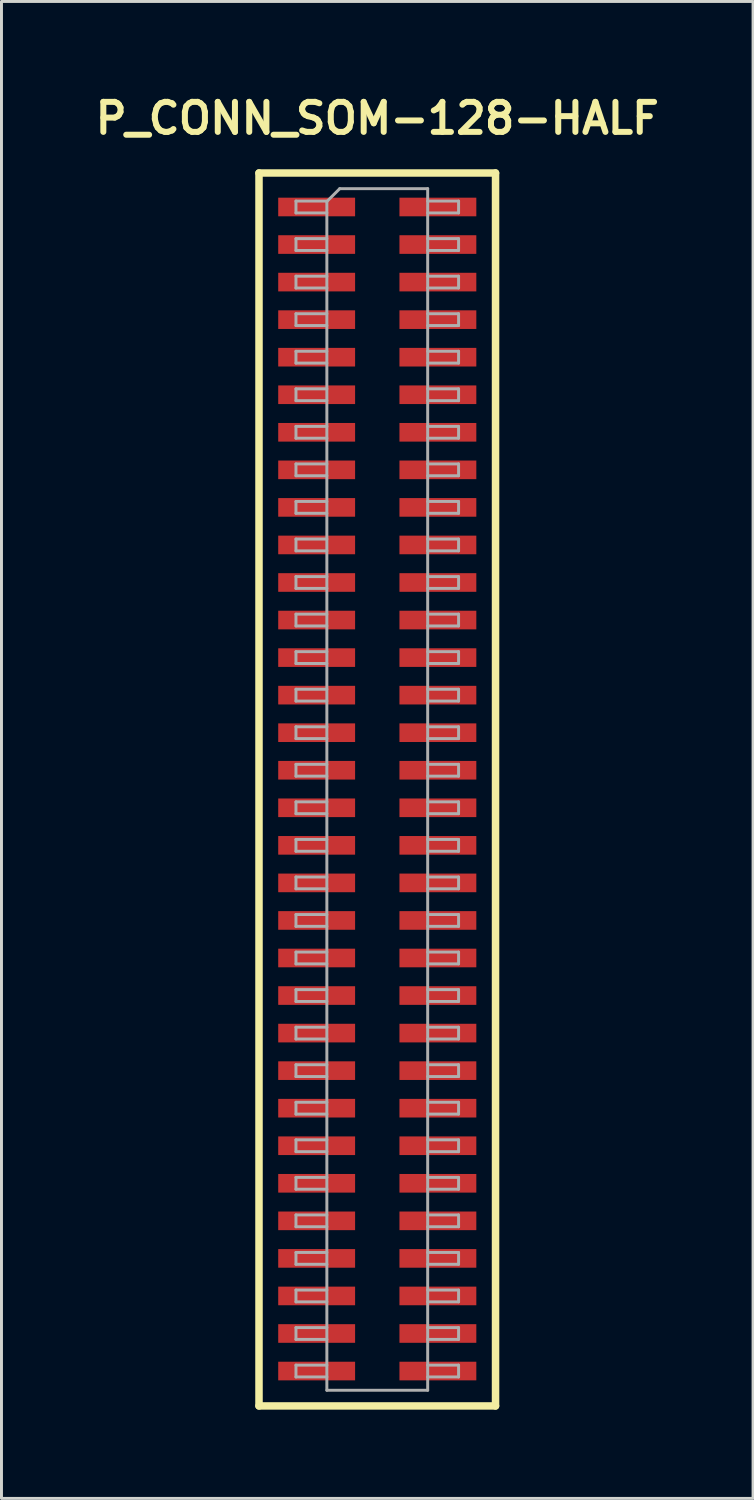
<source format=kicad_pcb>
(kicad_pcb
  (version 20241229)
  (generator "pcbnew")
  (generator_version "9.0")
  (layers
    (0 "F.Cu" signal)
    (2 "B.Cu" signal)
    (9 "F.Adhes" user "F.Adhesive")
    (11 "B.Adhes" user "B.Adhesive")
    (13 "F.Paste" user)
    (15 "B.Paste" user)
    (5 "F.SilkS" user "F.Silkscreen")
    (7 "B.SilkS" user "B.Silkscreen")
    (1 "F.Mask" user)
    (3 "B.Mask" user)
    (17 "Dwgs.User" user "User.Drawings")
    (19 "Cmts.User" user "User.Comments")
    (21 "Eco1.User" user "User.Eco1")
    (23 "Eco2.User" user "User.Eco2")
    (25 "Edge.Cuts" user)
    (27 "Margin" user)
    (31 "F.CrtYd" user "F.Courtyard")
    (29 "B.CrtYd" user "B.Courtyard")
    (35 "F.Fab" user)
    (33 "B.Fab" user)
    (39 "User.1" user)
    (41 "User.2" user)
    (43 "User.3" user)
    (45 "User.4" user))
  (footprint "P_CONN_SOM-128-HALF"
    (layer "F.Cu")
    (at 9.71 23.636)
    (property "Reference" "P_CONN_SOM-128-HALF" (at 0 -22.685 0) (layer "F.SilkS") (effects (font (size 1.016 1.016) (thickness 0.203))))
    (property "Value" "${VALUE}" (at 0 22.315 0) (layer "F.SilkS") (hide yes) (effects (font (size 1.016 0.914) (thickness 0.203) (italic yes))))
    (attr smd)
    (fp_line (start -4 -20.835) (end -4 20.865) (stroke (width 0.254) (type solid)) (layer "F.SilkS"))
    (fp_line (start -4 -20.835) (end 4 -20.835) (stroke (width 0.254) (type solid)) (layer "F.SilkS"))
    (fp_line (start -4 20.865) (end 4 20.865) (stroke (width 0.254) (type solid)) (layer "F.SilkS"))
    (fp_line (start 4 -20.835) (end 4 20.865) (stroke (width 0.254) (type solid)) (layer "F.SilkS"))
    (fp_line (start -2.75 -19.885) (end -2.75 -19.485) (stroke (width 0.1) (type solid)) (layer "F.Fab"))
    (fp_line (start -2.75 -19.485) (end -1.705 -19.485) (stroke (width 0.1) (type solid)) (layer "F.Fab"))
    (fp_line (start -2.75 -18.615) (end -2.75 -18.215) (stroke (width 0.1) (type solid)) (layer "F.Fab"))
    (fp_line (start -2.75 -18.215) (end -1.705 -18.215) (stroke (width 0.1) (type solid)) (layer "F.Fab"))
    (fp_line (start -2.75 -17.345) (end -2.75 -16.945) (stroke (width 0.1) (type solid)) (layer "F.Fab"))
    (fp_line (start -2.75 -16.945) (end -1.705 -16.945) (stroke (width 0.1) (type solid)) (layer "F.Fab"))
    (fp_line (start -2.75 -16.075) (end -2.75 -15.675) (stroke (width 0.1) (type solid)) (layer "F.Fab"))
    (fp_line (start -2.75 -15.675) (end -1.705 -15.675) (stroke (width 0.1) (type solid)) (layer "F.Fab"))
    (fp_line (start -2.75 -14.805) (end -2.75 -14.405) (stroke (width 0.1) (type solid)) (layer "F.Fab"))
    (fp_line (start -2.75 -14.405) (end -1.705 -14.405) (stroke (width 0.1) (type solid)) (layer "F.Fab"))
    (fp_line (start -2.75 -13.535) (end -2.75 -13.135) (stroke (width 0.1) (type solid)) (layer "F.Fab"))
    (fp_line (start -2.75 -13.135) (end -1.705 -13.135) (stroke (width 0.1) (type solid)) (layer "F.Fab"))
    (fp_line (start -2.75 -12.265) (end -2.75 -11.865) (stroke (width 0.1) (type solid)) (layer "F.Fab"))
    (fp_line (start -2.75 -11.865) (end -1.705 -11.865) (stroke (width 0.1) (type solid)) (layer "F.Fab"))
    (fp_line (start -2.75 -10.995) (end -2.75 -10.595) (stroke (width 0.1) (type solid)) (layer "F.Fab"))
    (fp_line (start -2.75 -10.595) (end -1.705 -10.595) (stroke (width 0.1) (type solid)) (layer "F.Fab"))
    (fp_line (start -2.75 -9.725) (end -2.75 -9.325) (stroke (width 0.1) (type solid)) (layer "F.Fab"))
    (fp_line (start -2.75 -9.325) (end -1.705 -9.325) (stroke (width 0.1) (type solid)) (layer "F.Fab"))
    (fp_line (start -2.75 -8.455) (end -2.75 -8.055) (stroke (width 0.1) (type solid)) (layer "F.Fab"))
    (fp_line (start -2.75 -8.055) (end -1.705 -8.055) (stroke (width 0.1) (type solid)) (layer "F.Fab"))
    (fp_line (start -2.75 -7.185) (end -2.75 -6.785) (stroke (width 0.1) (type solid)) (layer "F.Fab"))
    (fp_line (start -2.75 -6.785) (end -1.705 -6.785) (stroke (width 0.1) (type solid)) (layer "F.Fab"))
    (fp_line (start -2.75 -5.915) (end -2.75 -5.515) (stroke (width 0.1) (type solid)) (layer "F.Fab"))
    (fp_line (start -2.75 -5.515) (end -1.705 -5.515) (stroke (width 0.1) (type solid)) (layer "F.Fab"))
    (fp_line (start -2.75 -4.645) (end -2.75 -4.245) (stroke (width 0.1) (type solid)) (layer "F.Fab"))
    (fp_line (start -2.75 -4.245) (end -1.705 -4.245) (stroke (width 0.1) (type solid)) (layer "F.Fab"))
    (fp_line (start -2.75 -3.375) (end -2.75 -2.975) (stroke (width 0.1) (type solid)) (layer "F.Fab"))
    (fp_line (start -2.75 -2.975) (end -1.705 -2.975) (stroke (width 0.1) (type solid)) (layer "F.Fab"))
    (fp_line (start -2.75 -2.105) (end -2.75 -1.705) (stroke (width 0.1) (type solid)) (layer "F.Fab"))
    (fp_line (start -2.75 -1.705) (end -1.705 -1.705) (stroke (width 0.1) (type solid)) (layer "F.Fab"))
    (fp_line (start -2.75 -0.835) (end -2.75 -0.435) (stroke (width 0.1) (type solid)) (layer "F.Fab"))
    (fp_line (start -2.75 -0.435) (end -1.705 -0.435) (stroke (width 0.1) (type solid)) (layer "F.Fab"))
    (fp_line (start -2.75 0.435) (end -2.75 0.835) (stroke (width 0.1) (type solid)) (layer "F.Fab"))
    (fp_line (start -2.75 0.835) (end -1.705 0.835) (stroke (width 0.1) (type solid)) (layer "F.Fab"))
    (fp_line (start -2.75 1.705) (end -2.75 2.105) (stroke (width 0.1) (type solid)) (layer "F.Fab"))
    (fp_line (start -2.75 2.105) (end -1.705 2.105) (stroke (width 0.1) (type solid)) (layer "F.Fab"))
    (fp_line (start -2.75 2.975) (end -2.75 3.375) (stroke (width 0.1) (type solid)) (layer "F.Fab"))
    (fp_line (start -2.75 3.375) (end -1.705 3.375) (stroke (width 0.1) (type solid)) (layer "F.Fab"))
    (fp_line (start -2.75 4.245) (end -2.75 4.645) (stroke (width 0.1) (type solid)) (layer "F.Fab"))
    (fp_line (start -2.75 4.645) (end -1.705 4.645) (stroke (width 0.1) (type solid)) (layer "F.Fab"))
    (fp_line (start -2.75 5.515) (end -2.75 5.915) (stroke (width 0.1) (type solid)) (layer "F.Fab"))
    (fp_line (start -2.75 5.915) (end -1.705 5.915) (stroke (width 0.1) (type solid)) (layer "F.Fab"))
    (fp_line (start -2.75 6.785) (end -2.75 7.185) (stroke (width 0.1) (type solid)) (layer "F.Fab"))
    (fp_line (start -2.75 7.185) (end -1.705 7.185) (stroke (width 0.1) (type solid)) (layer "F.Fab"))
    (fp_line (start -2.75 8.055) (end -2.75 8.455) (stroke (width 0.1) (type solid)) (layer "F.Fab"))
    (fp_line (start -2.75 8.455) (end -1.705 8.455) (stroke (width 0.1) (type solid)) (layer "F.Fab"))
    (fp_line (start -2.75 9.325) (end -2.75 9.725) (stroke (width 0.1) (type solid)) (layer "F.Fab"))
    (fp_line (start -2.75 9.725) (end -1.705 9.725) (stroke (width 0.1) (type solid)) (layer "F.Fab"))
    (fp_line (start -2.75 10.595) (end -2.75 10.995) (stroke (width 0.1) (type solid)) (layer "F.Fab"))
    (fp_line (start -2.75 10.995) (end -1.705 10.995) (stroke (width 0.1) (type solid)) (layer "F.Fab"))
    (fp_line (start -2.75 11.865) (end -2.75 12.265) (stroke (width 0.1) (type solid)) (layer "F.Fab"))
    (fp_line (start -2.75 12.265) (end -1.705 12.265) (stroke (width 0.1) (type solid)) (layer "F.Fab"))
    (fp_line (start -2.75 13.135) (end -2.75 13.535) (stroke (width 0.1) (type solid)) (layer "F.Fab"))
    (fp_line (start -2.75 13.535) (end -1.705 13.535) (stroke (width 0.1) (type solid)) (layer "F.Fab"))
    (fp_line (start -2.75 14.405) (end -2.75 14.805) (stroke (width 0.1) (type solid)) (layer "F.Fab"))
    (fp_line (start -2.75 14.805) (end -1.705 14.805) (stroke (width 0.1) (type solid)) (layer "F.Fab"))
    (fp_line (start -2.75 15.675) (end -2.75 16.075) (stroke (width 0.1) (type solid)) (layer "F.Fab"))
    (fp_line (start -2.75 16.075) (end -1.705 16.075) (stroke (width 0.1) (type solid)) (layer "F.Fab"))
    (fp_line (start -2.75 16.945) (end -2.75 17.345) (stroke (width 0.1) (type solid)) (layer "F.Fab"))
    (fp_line (start -2.75 17.345) (end -1.705 17.345) (stroke (width 0.1) (type solid)) (layer "F.Fab"))
    (fp_line (start -2.75 18.215) (end -2.75 18.615) (stroke (width 0.1) (type solid)) (layer "F.Fab"))
    (fp_line (start -2.75 18.615) (end -1.705 18.615) (stroke (width 0.1) (type solid)) (layer "F.Fab"))
    (fp_line (start -2.75 19.485) (end -2.75 19.885) (stroke (width 0.1) (type solid)) (layer "F.Fab"))
    (fp_line (start -2.75 19.885) (end -1.705 19.885) (stroke (width 0.1) (type solid)) (layer "F.Fab"))
    (fp_line (start -1.705 -19.885) (end -2.75 -19.885) (stroke (width 0.1) (type solid)) (layer "F.Fab"))
    (fp_line (start -1.705 -19.87) (end -1.27 -20.305) (stroke (width 0.1) (type solid)) (layer "F.Fab"))
    (fp_line (start -1.705 -18.615) (end -2.75 -18.615) (stroke (width 0.1) (type solid)) (layer "F.Fab"))
    (fp_line (start -1.705 -17.345) (end -2.75 -17.345) (stroke (width 0.1) (type solid)) (layer "F.Fab"))
    (fp_line (start -1.705 -16.075) (end -2.75 -16.075) (stroke (width 0.1) (type solid)) (layer "F.Fab"))
    (fp_line (start -1.705 -14.805) (end -2.75 -14.805) (stroke (width 0.1) (type solid)) (layer "F.Fab"))
    (fp_line (start -1.705 -13.535) (end -2.75 -13.535) (stroke (width 0.1) (type solid)) (layer "F.Fab"))
    (fp_line (start -1.705 -12.265) (end -2.75 -12.265) (stroke (width 0.1) (type solid)) (layer "F.Fab"))
    (fp_line (start -1.705 -10.995) (end -2.75 -10.995) (stroke (width 0.1) (type solid)) (layer "F.Fab"))
    (fp_line (start -1.705 -9.725) (end -2.75 -9.725) (stroke (width 0.1) (type solid)) (layer "F.Fab"))
    (fp_line (start -1.705 -8.455) (end -2.75 -8.455) (stroke (width 0.1) (type solid)) (layer "F.Fab"))
    (fp_line (start -1.705 -7.185) (end -2.75 -7.185) (stroke (width 0.1) (type solid)) (layer "F.Fab"))
    (fp_line (start -1.705 -5.915) (end -2.75 -5.915) (stroke (width 0.1) (type solid)) (layer "F.Fab"))
    (fp_line (start -1.705 -4.645) (end -2.75 -4.645) (stroke (width 0.1) (type solid)) (layer "F.Fab"))
    (fp_line (start -1.705 -3.375) (end -2.75 -3.375) (stroke (width 0.1) (type solid)) (layer "F.Fab"))
    (fp_line (start -1.705 -2.105) (end -2.75 -2.105) (stroke (width 0.1) (type solid)) (layer "F.Fab"))
    (fp_line (start -1.705 -0.835) (end -2.75 -0.835) (stroke (width 0.1) (type solid)) (layer "F.Fab"))
    (fp_line (start -1.705 0.435) (end -2.75 0.435) (stroke (width 0.1) (type solid)) (layer "F.Fab"))
    (fp_line (start -1.705 1.705) (end -2.75 1.705) (stroke (width 0.1) (type solid)) (layer "F.Fab"))
    (fp_line (start -1.705 2.975) (end -2.75 2.975) (stroke (width 0.1) (type solid)) (layer "F.Fab"))
    (fp_line (start -1.705 4.245) (end -2.75 4.245) (stroke (width 0.1) (type solid)) (layer "F.Fab"))
    (fp_line (start -1.705 5.515) (end -2.75 5.515) (stroke (width 0.1) (type solid)) (layer "F.Fab"))
    (fp_line (start -1.705 6.785) (end -2.75 6.785) (stroke (width 0.1) (type solid)) (layer "F.Fab"))
    (fp_line (start -1.705 8.055) (end -2.75 8.055) (stroke (width 0.1) (type solid)) (layer "F.Fab"))
    (fp_line (start -1.705 9.325) (end -2.75 9.325) (stroke (width 0.1) (type solid)) (layer "F.Fab"))
    (fp_line (start -1.705 10.595) (end -2.75 10.595) (stroke (width 0.1) (type solid)) (layer "F.Fab"))
    (fp_line (start -1.705 11.865) (end -2.75 11.865) (stroke (width 0.1) (type solid)) (layer "F.Fab"))
    (fp_line (start -1.705 13.135) (end -2.75 13.135) (stroke (width 0.1) (type solid)) (layer "F.Fab"))
    (fp_line (start -1.705 14.405) (end -2.75 14.405) (stroke (width 0.1) (type solid)) (layer "F.Fab"))
    (fp_line (start -1.705 15.675) (end -2.75 15.675) (stroke (width 0.1) (type solid)) (layer "F.Fab"))
    (fp_line (start -1.705 16.945) (end -2.75 16.945) (stroke (width 0.1) (type solid)) (layer "F.Fab"))
    (fp_line (start -1.705 18.215) (end -2.75 18.215) (stroke (width 0.1) (type solid)) (layer "F.Fab"))
    (fp_line (start -1.705 19.485) (end -2.75 19.485) (stroke (width 0.1) (type solid)) (layer "F.Fab"))
    (fp_line (start -1.705 20.335) (end -1.705 -19.87) (stroke (width 0.1) (type solid)) (layer "F.Fab"))
    (fp_line (start -1.27 -20.305) (end 1.705 -20.305) (stroke (width 0.1) (type solid)) (layer "F.Fab"))
    (fp_line (start 1.705 -20.305) (end 1.705 20.335) (stroke (width 0.1) (type solid)) (layer "F.Fab"))
    (fp_line (start 1.705 -19.885) (end 2.75 -19.885) (stroke (width 0.1) (type solid)) (layer "F.Fab"))
    (fp_line (start 1.705 -18.615) (end 2.75 -18.615) (stroke (width 0.1) (type solid)) (layer "F.Fab"))
    (fp_line (start 1.705 -17.345) (end 2.75 -17.345) (stroke (width 0.1) (type solid)) (layer "F.Fab"))
    (fp_line (start 1.705 -16.075) (end 2.75 -16.075) (stroke (width 0.1) (type solid)) (layer "F.Fab"))
    (fp_line (start 1.705 -14.805) (end 2.75 -14.805) (stroke (width 0.1) (type solid)) (layer "F.Fab"))
    (fp_line (start 1.705 -13.535) (end 2.75 -13.535) (stroke (width 0.1) (type solid)) (layer "F.Fab"))
    (fp_line (start 1.705 -12.265) (end 2.75 -12.265) (stroke (width 0.1) (type solid)) (layer "F.Fab"))
    (fp_line (start 1.705 -10.995) (end 2.75 -10.995) (stroke (width 0.1) (type solid)) (layer "F.Fab"))
    (fp_line (start 1.705 -9.725) (end 2.75 -9.725) (stroke (width 0.1) (type solid)) (layer "F.Fab"))
    (fp_line (start 1.705 -8.455) (end 2.75 -8.455) (stroke (width 0.1) (type solid)) (layer "F.Fab"))
    (fp_line (start 1.705 -7.185) (end 2.75 -7.185) (stroke (width 0.1) (type solid)) (layer "F.Fab"))
    (fp_line (start 1.705 -5.915) (end 2.75 -5.915) (stroke (width 0.1) (type solid)) (layer "F.Fab"))
    (fp_line (start 1.705 -4.645) (end 2.75 -4.645) (stroke (width 0.1) (type solid)) (layer "F.Fab"))
    (fp_line (start 1.705 -3.375) (end 2.75 -3.375) (stroke (width 0.1) (type solid)) (layer "F.Fab"))
    (fp_line (start 1.705 -2.105) (end 2.75 -2.105) (stroke (width 0.1) (type solid)) (layer "F.Fab"))
    (fp_line (start 1.705 -0.835) (end 2.75 -0.835) (stroke (width 0.1) (type solid)) (layer "F.Fab"))
    (fp_line (start 1.705 0.435) (end 2.75 0.435) (stroke (width 0.1) (type solid)) (layer "F.Fab"))
    (fp_line (start 1.705 1.705) (end 2.75 1.705) (stroke (width 0.1) (type solid)) (layer "F.Fab"))
    (fp_line (start 1.705 2.975) (end 2.75 2.975) (stroke (width 0.1) (type solid)) (layer "F.Fab"))
    (fp_line (start 1.705 4.245) (end 2.75 4.245) (stroke (width 0.1) (type solid)) (layer "F.Fab"))
    (fp_line (start 1.705 5.515) (end 2.75 5.515) (stroke (width 0.1) (type solid)) (layer "F.Fab"))
    (fp_line (start 1.705 6.785) (end 2.75 6.785) (stroke (width 0.1) (type solid)) (layer "F.Fab"))
    (fp_line (start 1.705 8.055) (end 2.75 8.055) (stroke (width 0.1) (type solid)) (layer "F.Fab"))
    (fp_line (start 1.705 9.325) (end 2.75 9.325) (stroke (width 0.1) (type solid)) (layer "F.Fab"))
    (fp_line (start 1.705 10.595) (end 2.75 10.595) (stroke (width 0.1) (type solid)) (layer "F.Fab"))
    (fp_line (start 1.705 11.865) (end 2.75 11.865) (stroke (width 0.1) (type solid)) (layer "F.Fab"))
    (fp_line (start 1.705 13.135) (end 2.75 13.135) (stroke (width 0.1) (type solid)) (layer "F.Fab"))
    (fp_line (start 1.705 14.405) (end 2.75 14.405) (stroke (width 0.1) (type solid)) (layer "F.Fab"))
    (fp_line (start 1.705 15.675) (end 2.75 15.675) (stroke (width 0.1) (type solid)) (layer "F.Fab"))
    (fp_line (start 1.705 16.945) (end 2.75 16.945) (stroke (width 0.1) (type solid)) (layer "F.Fab"))
    (fp_line (start 1.705 18.215) (end 2.75 18.215) (stroke (width 0.1) (type solid)) (layer "F.Fab"))
    (fp_line (start 1.705 19.485) (end 2.75 19.485) (stroke (width 0.1) (type solid)) (layer "F.Fab"))
    (fp_line (start 1.705 20.335) (end -1.705 20.335) (stroke (width 0.1) (type solid)) (layer "F.Fab"))
    (fp_line (start 2.75 -19.885) (end 2.75 -19.485) (stroke (width 0.1) (type solid)) (layer "F.Fab"))
    (fp_line (start 2.75 -19.485) (end 1.705 -19.485) (stroke (width 0.1) (type solid)) (layer "F.Fab"))
    (fp_line (start 2.75 -18.615) (end 2.75 -18.215) (stroke (width 0.1) (type solid)) (layer "F.Fab"))
    (fp_line (start 2.75 -18.215) (end 1.705 -18.215) (stroke (width 0.1) (type solid)) (layer "F.Fab"))
    (fp_line (start 2.75 -17.345) (end 2.75 -16.945) (stroke (width 0.1) (type solid)) (layer "F.Fab"))
    (fp_line (start 2.75 -16.945) (end 1.705 -16.945) (stroke (width 0.1) (type solid)) (layer "F.Fab"))
    (fp_line (start 2.75 -16.075) (end 2.75 -15.675) (stroke (width 0.1) (type solid)) (layer "F.Fab"))
    (fp_line (start 2.75 -15.675) (end 1.705 -15.675) (stroke (width 0.1) (type solid)) (layer "F.Fab"))
    (fp_line (start 2.75 -14.805) (end 2.75 -14.405) (stroke (width 0.1) (type solid)) (layer "F.Fab"))
    (fp_line (start 2.75 -14.405) (end 1.705 -14.405) (stroke (width 0.1) (type solid)) (layer "F.Fab"))
    (fp_line (start 2.75 -13.535) (end 2.75 -13.135) (stroke (width 0.1) (type solid)) (layer "F.Fab"))
    (fp_line (start 2.75 -13.135) (end 1.705 -13.135) (stroke (width 0.1) (type solid)) (layer "F.Fab"))
    (fp_line (start 2.75 -12.265) (end 2.75 -11.865) (stroke (width 0.1) (type solid)) (layer "F.Fab"))
    (fp_line (start 2.75 -11.865) (end 1.705 -11.865) (stroke (width 0.1) (type solid)) (layer "F.Fab"))
    (fp_line (start 2.75 -10.995) (end 2.75 -10.595) (stroke (width 0.1) (type solid)) (layer "F.Fab"))
    (fp_line (start 2.75 -10.595) (end 1.705 -10.595) (stroke (width 0.1) (type solid)) (layer "F.Fab"))
    (fp_line (start 2.75 -9.725) (end 2.75 -9.325) (stroke (width 0.1) (type solid)) (layer "F.Fab"))
    (fp_line (start 2.75 -9.325) (end 1.705 -9.325) (stroke (width 0.1) (type solid)) (layer "F.Fab"))
    (fp_line (start 2.75 -8.455) (end 2.75 -8.055) (stroke (width 0.1) (type solid)) (layer "F.Fab"))
    (fp_line (start 2.75 -8.055) (end 1.705 -8.055) (stroke (width 0.1) (type solid)) (layer "F.Fab"))
    (fp_line (start 2.75 -7.185) (end 2.75 -6.785) (stroke (width 0.1) (type solid)) (layer "F.Fab"))
    (fp_line (start 2.75 -6.785) (end 1.705 -6.785) (stroke (width 0.1) (type solid)) (layer "F.Fab"))
    (fp_line (start 2.75 -5.915) (end 2.75 -5.515) (stroke (width 0.1) (type solid)) (layer "F.Fab"))
    (fp_line (start 2.75 -5.515) (end 1.705 -5.515) (stroke (width 0.1) (type solid)) (layer "F.Fab"))
    (fp_line (start 2.75 -4.645) (end 2.75 -4.245) (stroke (width 0.1) (type solid)) (layer "F.Fab"))
    (fp_line (start 2.75 -4.245) (end 1.705 -4.245) (stroke (width 0.1) (type solid)) (layer "F.Fab"))
    (fp_line (start 2.75 -3.375) (end 2.75 -2.975) (stroke (width 0.1) (type solid)) (layer "F.Fab"))
    (fp_line (start 2.75 -2.975) (end 1.705 -2.975) (stroke (width 0.1) (type solid)) (layer "F.Fab"))
    (fp_line (start 2.75 -2.105) (end 2.75 -1.705) (stroke (width 0.1) (type solid)) (layer "F.Fab"))
    (fp_line (start 2.75 -1.705) (end 1.705 -1.705) (stroke (width 0.1) (type solid)) (layer "F.Fab"))
    (fp_line (start 2.75 -0.835) (end 2.75 -0.435) (stroke (width 0.1) (type solid)) (layer "F.Fab"))
    (fp_line (start 2.75 -0.435) (end 1.705 -0.435) (stroke (width 0.1) (type solid)) (layer "F.Fab"))
    (fp_line (start 2.75 0.435) (end 2.75 0.835) (stroke (width 0.1) (type solid)) (layer "F.Fab"))
    (fp_line (start 2.75 0.835) (end 1.705 0.835) (stroke (width 0.1) (type solid)) (layer "F.Fab"))
    (fp_line (start 2.75 1.705) (end 2.75 2.105) (stroke (width 0.1) (type solid)) (layer "F.Fab"))
    (fp_line (start 2.75 2.105) (end 1.705 2.105) (stroke (width 0.1) (type solid)) (layer "F.Fab"))
    (fp_line (start 2.75 2.975) (end 2.75 3.375) (stroke (width 0.1) (type solid)) (layer "F.Fab"))
    (fp_line (start 2.75 3.375) (end 1.705 3.375) (stroke (width 0.1) (type solid)) (layer "F.Fab"))
    (fp_line (start 2.75 4.245) (end 2.75 4.645) (stroke (width 0.1) (type solid)) (layer "F.Fab"))
    (fp_line (start 2.75 4.645) (end 1.705 4.645) (stroke (width 0.1) (type solid)) (layer "F.Fab"))
    (fp_line (start 2.75 5.515) (end 2.75 5.915) (stroke (width 0.1) (type solid)) (layer "F.Fab"))
    (fp_line (start 2.75 5.915) (end 1.705 5.915) (stroke (width 0.1) (type solid)) (layer "F.Fab"))
    (fp_line (start 2.75 6.785) (end 2.75 7.185) (stroke (width 0.1) (type solid)) (layer "F.Fab"))
    (fp_line (start 2.75 7.185) (end 1.705 7.185) (stroke (width 0.1) (type solid)) (layer "F.Fab"))
    (fp_line (start 2.75 8.055) (end 2.75 8.455) (stroke (width 0.1) (type solid)) (layer "F.Fab"))
    (fp_line (start 2.75 8.455) (end 1.705 8.455) (stroke (width 0.1) (type solid)) (layer "F.Fab"))
    (fp_line (start 2.75 9.325) (end 2.75 9.725) (stroke (width 0.1) (type solid)) (layer "F.Fab"))
    (fp_line (start 2.75 9.725) (end 1.705 9.725) (stroke (width 0.1) (type solid)) (layer "F.Fab"))
    (fp_line (start 2.75 10.595) (end 2.75 10.995) (stroke (width 0.1) (type solid)) (layer "F.Fab"))
    (fp_line (start 2.75 10.995) (end 1.705 10.995) (stroke (width 0.1) (type solid)) (layer "F.Fab"))
    (fp_line (start 2.75 11.865) (end 2.75 12.265) (stroke (width 0.1) (type solid)) (layer "F.Fab"))
    (fp_line (start 2.75 12.265) (end 1.705 12.265) (stroke (width 0.1) (type solid)) (layer "F.Fab"))
    (fp_line (start 2.75 13.135) (end 2.75 13.535) (stroke (width 0.1) (type solid)) (layer "F.Fab"))
    (fp_line (start 2.75 13.535) (end 1.705 13.535) (stroke (width 0.1) (type solid)) (layer "F.Fab"))
    (fp_line (start 2.75 14.405) (end 2.75 14.805) (stroke (width 0.1) (type solid)) (layer "F.Fab"))
    (fp_line (start 2.75 14.805) (end 1.705 14.805) (stroke (width 0.1) (type solid)) (layer "F.Fab"))
    (fp_line (start 2.75 15.675) (end 2.75 16.075) (stroke (width 0.1) (type solid)) (layer "F.Fab"))
    (fp_line (start 2.75 16.075) (end 1.705 16.075) (stroke (width 0.1) (type solid)) (layer "F.Fab"))
    (fp_line (start 2.75 16.945) (end 2.75 17.345) (stroke (width 0.1) (type solid)) (layer "F.Fab"))
    (fp_line (start 2.75 17.345) (end 1.705 17.345) (stroke (width 0.1) (type solid)) (layer "F.Fab"))
    (fp_line (start 2.75 18.215) (end 2.75 18.615) (stroke (width 0.1) (type solid)) (layer "F.Fab"))
    (fp_line (start 2.75 18.615) (end 1.705 18.615) (stroke (width 0.1) (type solid)) (layer "F.Fab"))
    (fp_line (start 2.75 19.485) (end 2.75 19.885) (stroke (width 0.1) (type solid)) (layer "F.Fab"))
    (fp_line (start 2.75 19.885) (end 1.705 19.885) (stroke (width 0.1) (type solid)) (layer "F.Fab"))
    (pad "A1" smd rect (at -2.05 -19.685) (size 2.6 0.63) (layers "F.Cu" "F.Mask" "F.Paste"))
    (pad "A2" smd rect (at 2.05 -19.685) (size 2.6 0.63) (layers "F.Cu" "F.Mask" "F.Paste"))
    (pad "A3" smd rect (at -2.05 -18.415) (size 2.6 0.63) (layers "F.Cu" "F.Mask" "F.Paste"))
    (pad "A4" smd rect (at 2.05 -18.415) (size 2.6 0.63) (layers "F.Cu" "F.Mask" "F.Paste"))
    (pad "A5" smd rect (at -2.05 -17.145) (size 2.6 0.63) (layers "F.Cu" "F.Mask" "F.Paste"))
    (pad "A6" smd rect (at 2.05 -17.145) (size 2.6 0.63) (layers "F.Cu" "F.Mask" "F.Paste"))
    (pad "A7" smd rect (at -2.05 -15.875) (size 2.6 0.63) (layers "F.Cu" "F.Mask" "F.Paste"))
    (pad "A8" smd rect (at 2.05 -15.875) (size 2.6 0.63) (layers "F.Cu" "F.Mask" "F.Paste"))
    (pad "A9" smd rect (at -2.05 -14.605) (size 2.6 0.63) (layers "F.Cu" "F.Mask" "F.Paste"))
    (pad "A10" smd rect (at 2.05 -14.605) (size 2.6 0.63) (layers "F.Cu" "F.Mask" "F.Paste"))
    (pad "A11" smd rect (at -2.05 -13.335) (size 2.6 0.63) (layers "F.Cu" "F.Mask" "F.Paste"))
    (pad "A12" smd rect (at 2.05 -13.335) (size 2.6 0.63) (layers "F.Cu" "F.Mask" "F.Paste"))
    (pad "A13" smd rect (at -2.05 -12.065) (size 2.6 0.63) (layers "F.Cu" "F.Mask" "F.Paste"))
    (pad "A14" smd rect (at 2.05 -12.065) (size 2.6 0.63) (layers "F.Cu" "F.Mask" "F.Paste"))
    (pad "A15" smd rect (at -2.05 -10.795) (size 2.6 0.63) (layers "F.Cu" "F.Mask" "F.Paste"))
    (pad "A16" smd rect (at 2.05 -10.795) (size 2.6 0.63) (layers "F.Cu" "F.Mask" "F.Paste"))
    (pad "A17" smd rect (at -2.05 -9.525) (size 2.6 0.63) (layers "F.Cu" "F.Mask" "F.Paste"))
    (pad "A18" smd rect (at 2.05 -9.525) (size 2.6 0.63) (layers "F.Cu" "F.Mask" "F.Paste"))
    (pad "A19" smd rect (at -2.05 -8.255) (size 2.6 0.63) (layers "F.Cu" "F.Mask" "F.Paste"))
    (pad "A20" smd rect (at 2.05 -8.255) (size 2.6 0.63) (layers "F.Cu" "F.Mask" "F.Paste"))
    (pad "A21" smd rect (at -2.05 -6.985) (size 2.6 0.63) (layers "F.Cu" "F.Mask" "F.Paste"))
    (pad "A22" smd rect (at 2.05 -6.985) (size 2.6 0.63) (layers "F.Cu" "F.Mask" "F.Paste"))
    (pad "A23" smd rect (at -2.05 -5.715) (size 2.6 0.63) (layers "F.Cu" "F.Mask" "F.Paste"))
    (pad "A24" smd rect (at 2.05 -5.715) (size 2.6 0.63) (layers "F.Cu" "F.Mask" "F.Paste"))
    (pad "A25" smd rect (at -2.05 -4.445) (size 2.6 0.63) (layers "F.Cu" "F.Mask" "F.Paste"))
    (pad "A26" smd rect (at 2.05 -4.445) (size 2.6 0.63) (layers "F.Cu" "F.Mask" "F.Paste"))
    (pad "A27" smd rect (at -2.05 -3.175) (size 2.6 0.63) (layers "F.Cu" "F.Mask" "F.Paste"))
    (pad "A28" smd rect (at 2.05 -3.175) (size 2.6 0.63) (layers "F.Cu" "F.Mask" "F.Paste"))
    (pad "A29" smd rect (at -2.05 -1.905) (size 2.6 0.63) (layers "F.Cu" "F.Mask" "F.Paste"))
    (pad "A30" smd rect (at 2.05 -1.905) (size 2.6 0.63) (layers "F.Cu" "F.Mask" "F.Paste"))
    (pad "A31" smd rect (at -2.05 -0.635) (size 2.6 0.63) (layers "F.Cu" "F.Mask" "F.Paste"))
    (pad "A32" smd rect (at 2.05 -0.635) (size 2.6 0.63) (layers "F.Cu" "F.Mask" "F.Paste"))
    (pad "A33" smd rect (at -2.05 0.635) (size 2.6 0.63) (layers "F.Cu" "F.Mask" "F.Paste"))
    (pad "A34" smd rect (at 2.05 0.635) (size 2.6 0.63) (layers "F.Cu" "F.Mask" "F.Paste"))
    (pad "A35" smd rect (at -2.05 1.905) (size 2.6 0.63) (layers "F.Cu" "F.Mask" "F.Paste"))
    (pad "A36" smd rect (at 2.05 1.905) (size 2.6 0.63) (layers "F.Cu" "F.Mask" "F.Paste"))
    (pad "A37" smd rect (at -2.05 3.175) (size 2.6 0.63) (layers "F.Cu" "F.Mask" "F.Paste"))
    (pad "A38" smd rect (at 2.05 3.175) (size 2.6 0.63) (layers "F.Cu" "F.Mask" "F.Paste"))
    (pad "A39" smd rect (at -2.05 4.445) (size 2.6 0.63) (layers "F.Cu" "F.Mask" "F.Paste"))
    (pad "A40" smd rect (at 2.05 4.445) (size 2.6 0.63) (layers "F.Cu" "F.Mask" "F.Paste"))
    (pad "A41" smd rect (at -2.05 5.715) (size 2.6 0.63) (layers "F.Cu" "F.Mask" "F.Paste"))
    (pad "A42" smd rect (at 2.05 5.715) (size 2.6 0.63) (layers "F.Cu" "F.Mask" "F.Paste"))
    (pad "A43" smd rect (at -2.05 6.985) (size 2.6 0.63) (layers "F.Cu" "F.Mask" "F.Paste"))
    (pad "A44" smd rect (at 2.05 6.985) (size 2.6 0.63) (layers "F.Cu" "F.Mask" "F.Paste"))
    (pad "A45" smd rect (at -2.05 8.255) (size 2.6 0.63) (layers "F.Cu" "F.Mask" "F.Paste"))
    (pad "A46" smd rect (at 2.05 8.255) (size 2.6 0.63) (layers "F.Cu" "F.Mask" "F.Paste"))
    (pad "A47" smd rect (at -2.05 9.525) (size 2.6 0.63) (layers "F.Cu" "F.Mask" "F.Paste"))
    (pad "A48" smd rect (at 2.05 9.525) (size 2.6 0.63) (layers "F.Cu" "F.Mask" "F.Paste"))
    (pad "A49" smd rect (at -2.05 10.795) (size 2.6 0.63) (layers "F.Cu" "F.Mask" "F.Paste"))
    (pad "A50" smd rect (at 2.05 10.795) (size 2.6 0.63) (layers "F.Cu" "F.Mask" "F.Paste"))
    (pad "A51" smd rect (at -2.05 12.065) (size 2.6 0.63) (layers "F.Cu" "F.Mask" "F.Paste"))
    (pad "A52" smd rect (at 2.05 12.065) (size 2.6 0.63) (layers "F.Cu" "F.Mask" "F.Paste"))
    (pad "A53" smd rect (at -2.05 13.335) (size 2.6 0.63) (layers "F.Cu" "F.Mask" "F.Paste"))
    (pad "A54" smd rect (at 2.05 13.335) (size 2.6 0.63) (layers "F.Cu" "F.Mask" "F.Paste"))
    (pad "A55" smd rect (at -2.05 14.605) (size 2.6 0.63) (layers "F.Cu" "F.Mask" "F.Paste"))
    (pad "A56" smd rect (at 2.05 14.605) (size 2.6 0.63) (layers "F.Cu" "F.Mask" "F.Paste"))
    (pad "A57" smd rect (at -2.05 15.875) (size 2.6 0.63) (layers "F.Cu" "F.Mask" "F.Paste"))
    (pad "A58" smd rect (at 2.05 15.875) (size 2.6 0.63) (layers "F.Cu" "F.Mask" "F.Paste"))
    (pad "A59" smd rect (at -2.05 17.145) (size 2.6 0.63) (layers "F.Cu" "F.Mask" "F.Paste"))
    (pad "A60" smd rect (at 2.05 17.145) (size 2.6 0.63) (layers "F.Cu" "F.Mask" "F.Paste"))
    (pad "A61" smd rect (at -2.05 18.415) (size 2.6 0.63) (layers "F.Cu" "F.Mask" "F.Paste"))
    (pad "A62" smd rect (at 2.05 18.415) (size 2.6 0.63) (layers "F.Cu" "F.Mask" "F.Paste"))
    (pad "A63" smd rect (at -2.05 19.685) (size 2.6 0.63) (layers "F.Cu" "F.Mask" "F.Paste"))
    (pad "A64" smd rect (at 2.05 19.685) (size 2.6 0.63) (layers "F.Cu" "F.Mask" "F.Paste")))
  (gr_rect
    (start -3 -3)
    (end 22.42 47.628)
    (stroke (width 0.1) (type default))
    (fill no)
    (layer "Edge.Cuts")))
</source>
